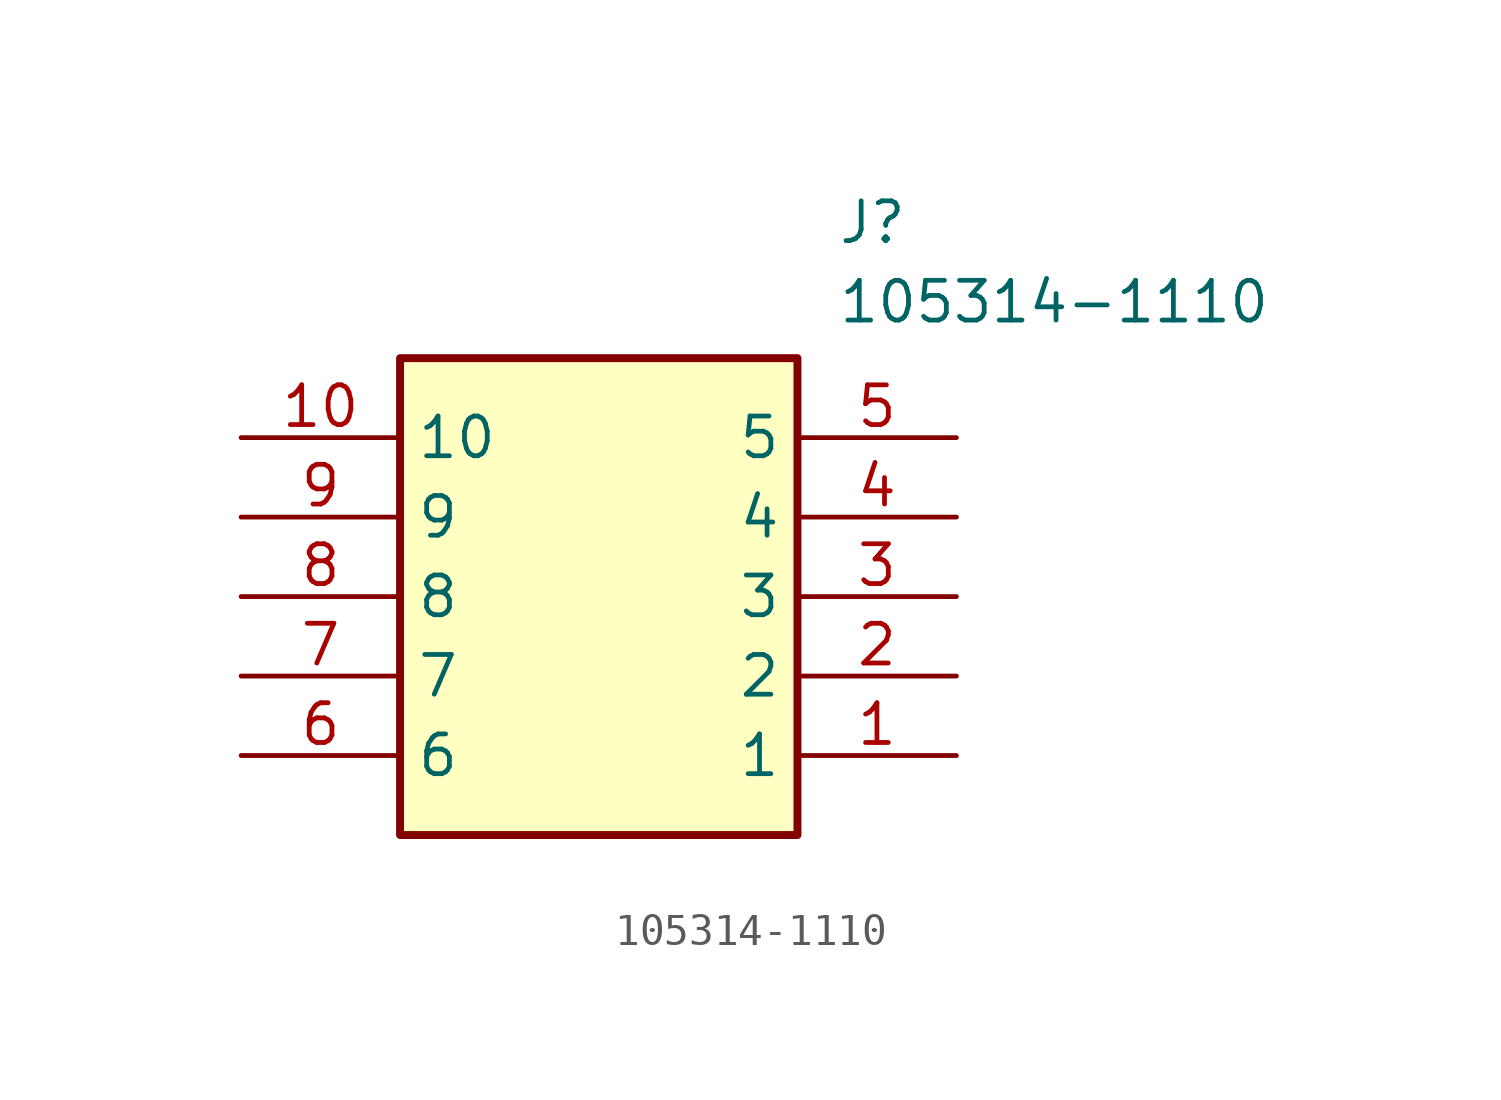
<source format=kicad_sym>
(kicad_symbol_lib
  (version 20211014)
  (generator SamacSys_ECAD_Model)
  (symbol "105314-1110"
    (property "Reference" "J"
      (at 19.05 7.62 0)
      (effects (font (size 1.27 1.27)) (justify left top)))
    (property "Value" "105314-1110"
      (at 19.05 5.08 0)
      (effects (font (size 1.27 1.27)) (justify left top)))
    (rectangle
      (start 5.08 2.54)
      (end 17.78 -12.7)
      (stroke (width 0.254) (type default))
      (fill (type background)))
    (pin passive line
      (at 22.86 -10.16 180)
      (length 5.08)
      (name "1" (effects (font (size 1.27 1.27))))
      (number "1" (effects (font (size 1.27 1.27)))))
    (pin passive line
      (at 22.86 -7.62 180)
      (length 5.08)
      (name "2" (effects (font (size 1.27 1.27))))
      (number "2" (effects (font (size 1.27 1.27)))))
    (pin passive line
      (at 22.86 -5.08 180)
      (length 5.08)
      (name "3" (effects (font (size 1.27 1.27))))
      (number "3" (effects (font (size 1.27 1.27)))))
    (pin passive line
      (at 22.86 -2.54 180)
      (length 5.08)
      (name "4" (effects (font (size 1.27 1.27))))
      (number "4" (effects (font (size 1.27 1.27)))))
    (pin passive line
      (at 22.86 0 180)
      (length 5.08)
      (name "5" (effects (font (size 1.27 1.27))))
      (number "5" (effects (font (size 1.27 1.27)))))
    (pin passive line
      (at 0 -10.16 0)
      (length 5.08)
      (name "6" (effects (font (size 1.27 1.27))))
      (number "6" (effects (font (size 1.27 1.27)))))
    (pin passive line
      (at 0 -7.62 0)
      (length 5.08)
      (name "7" (effects (font (size 1.27 1.27))))
      (number "7" (effects (font (size 1.27 1.27)))))
    (pin passive line
      (at 0 -5.08 0)
      (length 5.08)
      (name "8" (effects (font (size 1.27 1.27))))
      (number "8" (effects (font (size 1.27 1.27)))))
    (pin passive line
      (at 0 -2.54 0)
      (length 5.08)
      (name "9" (effects (font (size 1.27 1.27))))
      (number "9" (effects (font (size 1.27 1.27)))))
    (pin passive line
      (at 0 0 0)
      (length 5.08)
      (name "10" (effects (font (size 1.27 1.27))))
      (number "10" (effects (font (size 1.27 1.27)))))))
</source>
